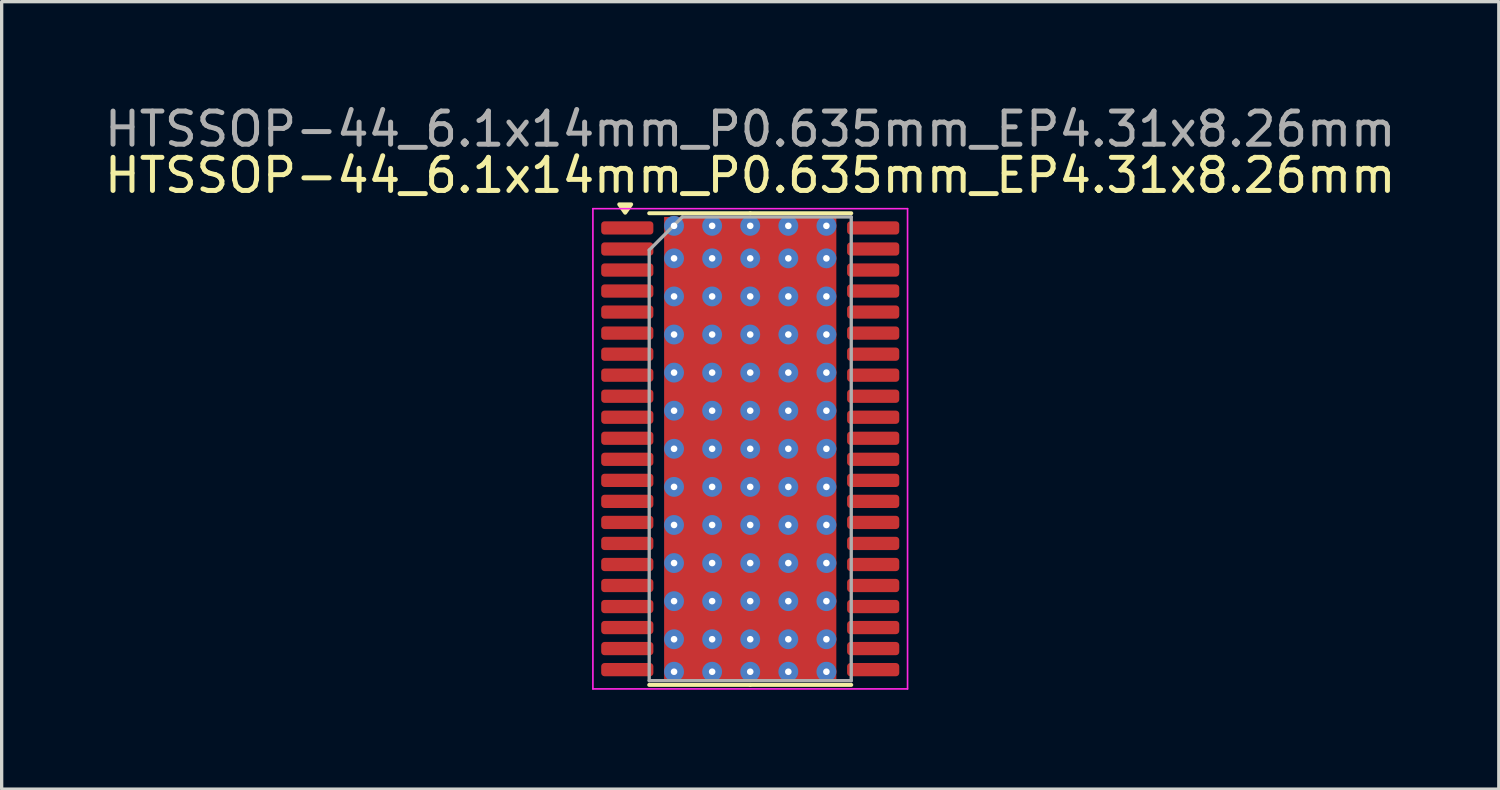
<source format=kicad_pcb>
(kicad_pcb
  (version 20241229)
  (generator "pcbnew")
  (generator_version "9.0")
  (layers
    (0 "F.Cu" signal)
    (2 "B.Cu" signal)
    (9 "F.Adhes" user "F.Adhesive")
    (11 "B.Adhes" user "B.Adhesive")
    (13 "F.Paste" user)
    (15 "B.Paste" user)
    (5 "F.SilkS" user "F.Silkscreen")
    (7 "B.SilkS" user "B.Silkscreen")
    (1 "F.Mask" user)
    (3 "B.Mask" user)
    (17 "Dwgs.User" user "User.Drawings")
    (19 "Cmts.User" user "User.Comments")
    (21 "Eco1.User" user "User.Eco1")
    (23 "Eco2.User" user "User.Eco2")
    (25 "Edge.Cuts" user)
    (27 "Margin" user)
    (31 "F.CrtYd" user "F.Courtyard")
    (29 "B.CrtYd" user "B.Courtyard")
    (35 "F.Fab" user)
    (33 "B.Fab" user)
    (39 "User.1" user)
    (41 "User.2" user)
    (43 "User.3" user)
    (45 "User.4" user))
  (footprint "HTSSOP-44_6.1x14mm_P0.635mm_EP4.31x8.26mm"
    (layer "F.Cu")
    (at 19.601 10.5)
    (property "Reference" "HTSSOP-44_6.1x14mm_P0.635mm_EP4.31x8.26mm" (at 0 -8.255 0) (layer "F.SilkS") (effects (font (size 1 1) (thickness 0.15))))
    (attr smd)
    (fp_rect (start -2.165 -4.13) (end 2.165 4.13) (stroke (width 0.12) (type solid)) (fill yes) (layer "F.Mask"))
    (fp_line (start 0 -7.112) (end -3.05 -7.112) (stroke (width 0.12) (type solid)) (layer "F.SilkS"))
    (fp_line (start 0 -7.112) (end 3.05 -7.112) (stroke (width 0.12) (type solid)) (layer "F.SilkS"))
    (fp_line (start 0 7.128) (end -3.05 7.128) (stroke (width 0.12) (type solid)) (layer "F.SilkS"))
    (fp_line (start 0 7.128) (end 3.05 7.128) (stroke (width 0.12) (type solid)) (layer "F.SilkS"))
    (fp_poly (pts (xy -3.775 -7.128) (xy -3.955 -7.38) (xy -3.595 -7.38) (xy -3.775 -7.128)) (stroke (width 0.12) (type solid)) (fill yes) (layer "F.SilkS"))
    (fp_line (start -4.75 -7.25) (end -4.75 7.25) (stroke (width 0.05) (type solid)) (layer "F.CrtYd"))
    (fp_line (start -4.75 7.25) (end 4.75 7.25) (stroke (width 0.05) (type solid)) (layer "F.CrtYd"))
    (fp_line (start 4.75 -7.25) (end -4.75 -7.25) (stroke (width 0.05) (type solid)) (layer "F.CrtYd"))
    (fp_line (start 4.75 7.25) (end 4.75 -7.25) (stroke (width 0.05) (type solid)) (layer "F.CrtYd"))
    (fp_line (start -3.05 -6) (end -2.05 -7) (stroke (width 0.1) (type solid)) (layer "F.Fab"))
    (fp_line (start -3.05 7) (end -3.05 -6) (stroke (width 0.1) (type solid)) (layer "F.Fab"))
    (fp_line (start -2.05 -7) (end 3.05 -7) (stroke (width 0.1) (type solid)) (layer "F.Fab"))
    (fp_line (start 3.05 -7) (end 3.05 7) (stroke (width 0.1) (type solid)) (layer "F.Fab"))
    (fp_line (start 3.05 7) (end -3.05 7) (stroke (width 0.1) (type solid)) (layer "F.Fab"))
    (fp_text user "${REFERENCE}" (at 0 -9.652 0) (layer "F.Fab") (effects (font (size 1 1) (thickness 0.15))))
    (pad "" smd rect (at -1.203 -3.175) (size 0.96 1.03) (layers "F.Paste"))
    (pad "" smd rect (at -1.203 -1.905) (size 0.96 1.03) (layers "F.Paste"))
    (pad "" smd rect (at -1.203 -0.635) (size 0.96 1.03) (layers "F.Paste"))
    (pad "" smd rect (at -1.203 0.635) (size 0.96 1.03) (layers "F.Paste"))
    (pad "" smd rect (at -1.203 1.905) (size 0.96 1.03) (layers "F.Paste"))
    (pad "" smd rect (at -1.203 3.175) (size 0.96 1.03) (layers "F.Paste"))
    (pad "" smd rect (at 0 -3.175) (size 0.96 1.03) (layers "F.Paste"))
    (pad "" smd rect (at 0 -1.905) (size 0.96 1.03) (layers "F.Paste"))
    (pad "" smd rect (at 0 -0.635) (size 0.96 1.03) (layers "F.Paste"))
    (pad "" smd rect (at 0 0.635) (size 0.96 1.03) (layers "F.Paste"))
    (pad "" smd rect (at 0 1.905) (size 0.96 1.03) (layers "F.Paste"))
    (pad "" smd rect (at 0 3.175) (size 0.96 1.03) (layers "F.Paste"))
    (pad "" smd rect (at 1.203 -3.175) (size 0.96 1.03) (layers "F.Paste"))
    (pad "" smd rect (at 1.203 -1.905) (size 0.96 1.03) (layers "F.Paste"))
    (pad "" smd rect (at 1.203 -0.635) (size 0.96 1.03) (layers "F.Paste"))
    (pad "" smd rect (at 1.203 0.635) (size 0.96 1.03) (layers "F.Paste"))
    (pad "" smd rect (at 1.203 1.905) (size 0.96 1.03) (layers "F.Paste"))
    (pad "" smd rect (at 1.203 3.175) (size 0.96 1.03) (layers "F.Paste"))
    (pad "1" smd roundrect (at -3.712 -6.668) (size 1.575 0.4) (layers "F.Cu" "F.Mask" "F.Paste") (roundrect_rratio 0.25))
    (pad "2" smd roundrect (at -3.712 -6.032) (size 1.575 0.4) (layers "F.Cu" "F.Mask" "F.Paste") (roundrect_rratio 0.25))
    (pad "3" smd roundrect (at -3.712 -5.397) (size 1.575 0.4) (layers "F.Cu" "F.Mask" "F.Paste") (roundrect_rratio 0.25))
    (pad "4" smd roundrect (at -3.712 -4.763) (size 1.575 0.4) (layers "F.Cu" "F.Mask" "F.Paste") (roundrect_rratio 0.25))
    (pad "5" smd roundrect (at -3.712 -4.128) (size 1.575 0.4) (layers "F.Cu" "F.Mask" "F.Paste") (roundrect_rratio 0.25))
    (pad "6" smd roundrect (at -3.712 -3.493) (size 1.575 0.4) (layers "F.Cu" "F.Mask" "F.Paste") (roundrect_rratio 0.25))
    (pad "7" smd roundrect (at -3.712 -2.857) (size 1.575 0.4) (layers "F.Cu" "F.Mask" "F.Paste") (roundrect_rratio 0.25))
    (pad "8" smd roundrect (at -3.712 -2.223) (size 1.575 0.4) (layers "F.Cu" "F.Mask" "F.Paste") (roundrect_rratio 0.25))
    (pad "9" smd roundrect (at -3.712 -1.587) (size 1.575 0.4) (layers "F.Cu" "F.Mask" "F.Paste") (roundrect_rratio 0.25))
    (pad "10" smd roundrect (at -3.712 -0.953) (size 1.575 0.4) (layers "F.Cu" "F.Mask" "F.Paste") (roundrect_rratio 0.25))
    (pad "11" smd roundrect (at -3.712 -0.318) (size 1.575 0.4) (layers "F.Cu" "F.Mask" "F.Paste") (roundrect_rratio 0.25))
    (pad "12" smd roundrect (at -3.712 0.318) (size 1.575 0.4) (layers "F.Cu" "F.Mask" "F.Paste") (roundrect_rratio 0.25))
    (pad "13" smd roundrect (at -3.712 0.953) (size 1.575 0.4) (layers "F.Cu" "F.Mask" "F.Paste") (roundrect_rratio 0.25))
    (pad "14" smd roundrect (at -3.712 1.587) (size 1.575 0.4) (layers "F.Cu" "F.Mask" "F.Paste") (roundrect_rratio 0.25))
    (pad "15" smd roundrect (at -3.712 2.223) (size 1.575 0.4) (layers "F.Cu" "F.Mask" "F.Paste") (roundrect_rratio 0.25))
    (pad "16" smd roundrect (at -3.712 2.857) (size 1.575 0.4) (layers "F.Cu" "F.Mask" "F.Paste") (roundrect_rratio 0.25))
    (pad "17" smd roundrect (at -3.712 3.493) (size 1.575 0.4) (layers "F.Cu" "F.Mask" "F.Paste") (roundrect_rratio 0.25))
    (pad "18" smd roundrect (at -3.712 4.128) (size 1.575 0.4) (layers "F.Cu" "F.Mask" "F.Paste") (roundrect_rratio 0.25))
    (pad "19" smd roundrect (at -3.712 4.763) (size 1.575 0.4) (layers "F.Cu" "F.Mask" "F.Paste") (roundrect_rratio 0.25))
    (pad "20" smd roundrect (at -3.712 5.397) (size 1.575 0.4) (layers "F.Cu" "F.Mask" "F.Paste") (roundrect_rratio 0.25))
    (pad "21" smd roundrect (at -3.712 6.032) (size 1.575 0.4) (layers "F.Cu" "F.Mask" "F.Paste") (roundrect_rratio 0.25))
    (pad "22" smd roundrect (at -3.712 6.668) (size 1.575 0.4) (layers "F.Cu" "F.Mask" "F.Paste") (roundrect_rratio 0.25))
    (pad "23" smd roundrect (at 3.712 6.668) (size 1.575 0.4) (layers "F.Cu" "F.Mask" "F.Paste") (roundrect_rratio 0.25))
    (pad "24" smd roundrect (at 3.712 6.032) (size 1.575 0.4) (layers "F.Cu" "F.Mask" "F.Paste") (roundrect_rratio 0.25))
    (pad "25" smd roundrect (at 3.712 5.397) (size 1.575 0.4) (layers "F.Cu" "F.Mask" "F.Paste") (roundrect_rratio 0.25))
    (pad "26" smd roundrect (at 3.712 4.763) (size 1.575 0.4) (layers "F.Cu" "F.Mask" "F.Paste") (roundrect_rratio 0.25))
    (pad "27" smd roundrect (at 3.712 4.128) (size 1.575 0.4) (layers "F.Cu" "F.Mask" "F.Paste") (roundrect_rratio 0.25))
    (pad "28" smd roundrect (at 3.712 3.493) (size 1.575 0.4) (layers "F.Cu" "F.Mask" "F.Paste") (roundrect_rratio 0.25))
    (pad "29" smd roundrect (at 3.712 2.857) (size 1.575 0.4) (layers "F.Cu" "F.Mask" "F.Paste") (roundrect_rratio 0.25))
    (pad "30" smd roundrect (at 3.712 2.223) (size 1.575 0.4) (layers "F.Cu" "F.Mask" "F.Paste") (roundrect_rratio 0.25))
    (pad "31" smd roundrect (at 3.712 1.587) (size 1.575 0.4) (layers "F.Cu" "F.Mask" "F.Paste") (roundrect_rratio 0.25))
    (pad "32" smd roundrect (at 3.712 0.953) (size 1.575 0.4) (layers "F.Cu" "F.Mask" "F.Paste") (roundrect_rratio 0.25))
    (pad "33" smd roundrect (at 3.712 0.318) (size 1.575 0.4) (layers "F.Cu" "F.Mask" "F.Paste") (roundrect_rratio 0.25))
    (pad "34" smd roundrect (at 3.712 -0.318) (size 1.575 0.4) (layers "F.Cu" "F.Mask" "F.Paste") (roundrect_rratio 0.25))
    (pad "35" smd roundrect (at 3.712 -0.953) (size 1.575 0.4) (layers "F.Cu" "F.Mask" "F.Paste") (roundrect_rratio 0.25))
    (pad "36" smd roundrect (at 3.712 -1.587) (size 1.575 0.4) (layers "F.Cu" "F.Mask" "F.Paste") (roundrect_rratio 0.25))
    (pad "37" smd roundrect (at 3.712 -2.223) (size 1.575 0.4) (layers "F.Cu" "F.Mask" "F.Paste") (roundrect_rratio 0.25))
    (pad "38" smd roundrect (at 3.712 -2.857) (size 1.575 0.4) (layers "F.Cu" "F.Mask" "F.Paste") (roundrect_rratio 0.25))
    (pad "39" smd roundrect (at 3.712 -3.493) (size 1.575 0.4) (layers "F.Cu" "F.Mask" "F.Paste") (roundrect_rratio 0.25))
    (pad "40" smd roundrect (at 3.712 -4.128) (size 1.575 0.4) (layers "F.Cu" "F.Mask" "F.Paste") (roundrect_rratio 0.25))
    (pad "41" smd roundrect (at 3.712 -4.763) (size 1.575 0.4) (layers "F.Cu" "F.Mask" "F.Paste") (roundrect_rratio 0.25))
    (pad "42" smd roundrect (at 3.712 -5.397) (size 1.575 0.4) (layers "F.Cu" "F.Mask" "F.Paste") (roundrect_rratio 0.25))
    (pad "43" smd roundrect (at 3.712 -6.032) (size 1.575 0.4) (layers "F.Cu" "F.Mask" "F.Paste") (roundrect_rratio 0.25))
    (pad "44" smd roundrect (at 3.712 -6.668) (size 1.575 0.4) (layers "F.Cu" "F.Mask" "F.Paste") (roundrect_rratio 0.25))
    (pad "EP" thru_hole circle (at -2.3 -6.731) (size 0.6 0.6) (drill 0.2) (property pad_prop_heatsink) (layers "*.Cu" "*.Mask"))
    (pad "EP" thru_hole circle (at -2.3 -5.75) (size 0.6 0.6) (drill 0.2) (property pad_prop_heatsink) (layers "*.Cu" "*.Mask"))
    (pad "EP" thru_hole circle (at -2.3 -4.6) (size 0.6 0.6) (drill 0.2) (property pad_prop_heatsink) (layers "*.Cu" "*.Mask"))
    (pad "EP" thru_hole circle (at -2.3 -3.45) (size 0.6 0.6) (drill 0.2) (property pad_prop_heatsink) (layers "*.Cu" "*.Mask"))
    (pad "EP" thru_hole circle (at -2.3 -2.3) (size 0.6 0.6) (drill 0.2) (property pad_prop_heatsink) (layers "*.Cu" "*.Mask"))
    (pad "EP" thru_hole circle (at -2.3 -1.15) (size 0.6 0.6) (drill 0.2) (property pad_prop_heatsink) (layers "*.Cu" "*.Mask"))
    (pad "EP" thru_hole circle (at -2.3 0) (size 0.6 0.6) (drill 0.2) (property pad_prop_heatsink) (layers "*.Cu" "*.Mask"))
    (pad "EP" thru_hole circle (at -2.3 1.15) (size 0.6 0.6) (drill 0.2) (property pad_prop_heatsink) (layers "*.Cu" "*.Mask"))
    (pad "EP" thru_hole circle (at -2.3 2.3) (size 0.6 0.6) (drill 0.2) (property pad_prop_heatsink) (layers "*.Cu" "*.Mask"))
    (pad "EP" thru_hole circle (at -2.3 3.45) (size 0.6 0.6) (drill 0.2) (property pad_prop_heatsink) (layers "*.Cu" "*.Mask"))
    (pad "EP" thru_hole circle (at -2.3 4.6) (size 0.6 0.6) (drill 0.2) (property pad_prop_heatsink) (layers "*.Cu" "*.Mask"))
    (pad "EP" thru_hole circle (at -2.3 5.75) (size 0.6 0.6) (drill 0.2) (property pad_prop_heatsink) (layers "*.Cu" "*.Mask"))
    (pad "EP" thru_hole circle (at -2.3 6.731) (size 0.6 0.6) (drill 0.2) (property pad_prop_heatsink) (layers "*.Cu" "*.Mask"))
    (pad "EP" thru_hole circle (at -1.15 -6.731) (size 0.6 0.6) (drill 0.2) (property pad_prop_heatsink) (layers "*.Cu" "*.Mask"))
    (pad "EP" thru_hole circle (at -1.15 -5.75) (size 0.6 0.6) (drill 0.2) (property pad_prop_heatsink) (layers "*.Cu" "*.Mask"))
    (pad "EP" thru_hole circle (at -1.15 -4.6) (size 0.6 0.6) (drill 0.2) (property pad_prop_heatsink) (layers "*.Cu" "*.Mask"))
    (pad "EP" thru_hole circle (at -1.15 -3.45) (size 0.6 0.6) (drill 0.2) (property pad_prop_heatsink) (layers "*.Cu" "*.Mask"))
    (pad "EP" thru_hole circle (at -1.15 -2.3) (size 0.6 0.6) (drill 0.2) (property pad_prop_heatsink) (layers "*.Cu" "*.Mask"))
    (pad "EP" thru_hole circle (at -1.15 -1.15) (size 0.6 0.6) (drill 0.2) (property pad_prop_heatsink) (layers "*.Cu" "*.Mask"))
    (pad "EP" thru_hole circle (at -1.15 0) (size 0.6 0.6) (drill 0.2) (property pad_prop_heatsink) (layers "*.Cu" "*.Mask"))
    (pad "EP" thru_hole circle (at -1.15 1.15) (size 0.6 0.6) (drill 0.2) (property pad_prop_heatsink) (layers "*.Cu" "*.Mask"))
    (pad "EP" thru_hole circle (at -1.15 2.3) (size 0.6 0.6) (drill 0.2) (property pad_prop_heatsink) (layers "*.Cu" "*.Mask"))
    (pad "EP" thru_hole circle (at -1.15 3.45) (size 0.6 0.6) (drill 0.2) (property pad_prop_heatsink) (layers "*.Cu" "*.Mask"))
    (pad "EP" thru_hole circle (at -1.15 4.6) (size 0.6 0.6) (drill 0.2) (property pad_prop_heatsink) (layers "*.Cu" "*.Mask"))
    (pad "EP" thru_hole circle (at -1.15 5.75) (size 0.6 0.6) (drill 0.2) (property pad_prop_heatsink) (layers "*.Cu" "*.Mask"))
    (pad "EP" thru_hole circle (at -1.15 6.731) (size 0.6 0.6) (drill 0.2) (property pad_prop_heatsink) (layers "*.Cu" "*.Mask"))
    (pad "EP" thru_hole circle (at 0 -6.731) (size 0.6 0.6) (drill 0.2) (property pad_prop_heatsink) (layers "*.Cu" "*.Mask"))
    (pad "EP" thru_hole circle (at 0 -5.75) (size 0.6 0.6) (drill 0.2) (property pad_prop_heatsink) (layers "*.Cu" "*.Mask"))
    (pad "EP" thru_hole circle (at 0 -4.6) (size 0.6 0.6) (drill 0.2) (property pad_prop_heatsink) (layers "*.Cu" "*.Mask"))
    (pad "EP" thru_hole circle (at 0 -3.45) (size 0.6 0.6) (drill 0.2) (property pad_prop_heatsink) (layers "*.Cu" "*.Mask"))
    (pad "EP" thru_hole circle (at 0 -2.3) (size 0.6 0.6) (drill 0.2) (property pad_prop_heatsink) (layers "*.Cu" "*.Mask"))
    (pad "EP" thru_hole circle (at 0 -1.15) (size 0.6 0.6) (drill 0.2) (property pad_prop_heatsink) (layers "*.Cu" "*.Mask"))
    (pad "EP" thru_hole circle (at 0 0) (size 0.6 0.6) (drill 0.2) (property pad_prop_heatsink) (layers "*.Cu" "*.Mask"))
    (pad "EP" smd rect (at 0 0) (size 5.2 14) (property pad_prop_heatsink) (layers "F.Cu"))
    (pad "EP" thru_hole circle (at 0 1.15) (size 0.6 0.6) (drill 0.2) (property pad_prop_heatsink) (layers "*.Cu" "*.Mask"))
    (pad "EP" thru_hole circle (at 0 2.3) (size 0.6 0.6) (drill 0.2) (property pad_prop_heatsink) (layers "*.Cu" "*.Mask"))
    (pad "EP" thru_hole circle (at 0 3.45) (size 0.6 0.6) (drill 0.2) (property pad_prop_heatsink) (layers "*.Cu" "*.Mask"))
    (pad "EP" thru_hole circle (at 0 4.6) (size 0.6 0.6) (drill 0.2) (property pad_prop_heatsink) (layers "*.Cu" "*.Mask"))
    (pad "EP" thru_hole circle (at 0 5.75) (size 0.6 0.6) (drill 0.2) (property pad_prop_heatsink) (layers "*.Cu" "*.Mask"))
    (pad "EP" thru_hole circle (at 0 6.731) (size 0.6 0.6) (drill 0.2) (property pad_prop_heatsink) (layers "*.Cu" "*.Mask"))
    (pad "EP" thru_hole circle (at 1.15 -6.731) (size 0.6 0.6) (drill 0.2) (property pad_prop_heatsink) (layers "*.Cu" "*.Mask"))
    (pad "EP" thru_hole circle (at 1.15 -5.75) (size 0.6 0.6) (drill 0.2) (property pad_prop_heatsink) (layers "*.Cu" "*.Mask"))
    (pad "EP" thru_hole circle (at 1.15 -4.6) (size 0.6 0.6) (drill 0.2) (property pad_prop_heatsink) (layers "*.Cu" "*.Mask"))
    (pad "EP" thru_hole circle (at 1.15 -3.45) (size 0.6 0.6) (drill 0.2) (property pad_prop_heatsink) (layers "*.Cu" "*.Mask"))
    (pad "EP" thru_hole circle (at 1.15 -2.3) (size 0.6 0.6) (drill 0.2) (property pad_prop_heatsink) (layers "*.Cu" "*.Mask"))
    (pad "EP" thru_hole circle (at 1.15 -1.15) (size 0.6 0.6) (drill 0.2) (property pad_prop_heatsink) (layers "*.Cu" "*.Mask"))
    (pad "EP" thru_hole circle (at 1.15 0) (size 0.6 0.6) (drill 0.2) (property pad_prop_heatsink) (layers "*.Cu" "*.Mask"))
    (pad "EP" thru_hole circle (at 1.15 1.15) (size 0.6 0.6) (drill 0.2) (property pad_prop_heatsink) (layers "*.Cu" "*.Mask"))
    (pad "EP" thru_hole circle (at 1.15 2.3) (size 0.6 0.6) (drill 0.2) (property pad_prop_heatsink) (layers "*.Cu" "*.Mask"))
    (pad "EP" thru_hole circle (at 1.15 3.45) (size 0.6 0.6) (drill 0.2) (property pad_prop_heatsink) (layers "*.Cu" "*.Mask"))
    (pad "EP" thru_hole circle (at 1.15 4.6) (size 0.6 0.6) (drill 0.2) (property pad_prop_heatsink) (layers "*.Cu" "*.Mask"))
    (pad "EP" thru_hole circle (at 1.15 5.75) (size 0.6 0.6) (drill 0.2) (property pad_prop_heatsink) (layers "*.Cu" "*.Mask"))
    (pad "EP" thru_hole circle (at 1.15 6.731) (size 0.6 0.6) (drill 0.2) (property pad_prop_heatsink) (layers "*.Cu" "*.Mask"))
    (pad "EP" thru_hole circle (at 2.3 -6.731) (size 0.6 0.6) (drill 0.2) (property pad_prop_heatsink) (layers "*.Cu" "*.Mask"))
    (pad "EP" thru_hole circle (at 2.3 -5.75) (size 0.6 0.6) (drill 0.2) (property pad_prop_heatsink) (layers "*.Cu" "*.Mask"))
    (pad "EP" thru_hole circle (at 2.3 -4.6) (size 0.6 0.6) (drill 0.2) (property pad_prop_heatsink) (layers "*.Cu" "*.Mask"))
    (pad "EP" thru_hole circle (at 2.3 -3.45) (size 0.6 0.6) (drill 0.2) (property pad_prop_heatsink) (layers "*.Cu" "*.Mask"))
    (pad "EP" thru_hole circle (at 2.3 -2.3) (size 0.6 0.6) (drill 0.2) (property pad_prop_heatsink) (layers "*.Cu" "*.Mask"))
    (pad "EP" thru_hole circle (at 2.3 -1.15) (size 0.6 0.6) (drill 0.2) (property pad_prop_heatsink) (layers "*.Cu" "*.Mask"))
    (pad "EP" thru_hole circle (at 2.3 0) (size 0.6 0.6) (drill 0.2) (property pad_prop_heatsink) (layers "*.Cu" "*.Mask"))
    (pad "EP" thru_hole circle (at 2.3 1.15) (size 0.6 0.6) (drill 0.2) (property pad_prop_heatsink) (layers "*.Cu" "*.Mask"))
    (pad "EP" thru_hole circle (at 2.3 2.3) (size 0.6 0.6) (drill 0.2) (property pad_prop_heatsink) (layers "*.Cu" "*.Mask"))
    (pad "EP" thru_hole circle (at 2.3 3.45) (size 0.6 0.6) (drill 0.2) (property pad_prop_heatsink) (layers "*.Cu" "*.Mask"))
    (pad "EP" thru_hole circle (at 2.3 4.6) (size 0.6 0.6) (drill 0.2) (property pad_prop_heatsink) (layers "*.Cu" "*.Mask"))
    (pad "EP" thru_hole circle (at 2.3 5.75) (size 0.6 0.6) (drill 0.2) (property pad_prop_heatsink) (layers "*.Cu" "*.Mask"))
    (pad "EP" thru_hole circle (at 2.3 6.731) (size 0.6 0.6) (drill 0.2) (property pad_prop_heatsink) (layers "*.Cu" "*.Mask")))
  (gr_rect
    (start -3 -3)
    (end 42.202 20.775)
    (stroke (width 0.1) (type default))
    (fill no)
    (layer "Edge.Cuts")))
</source>
